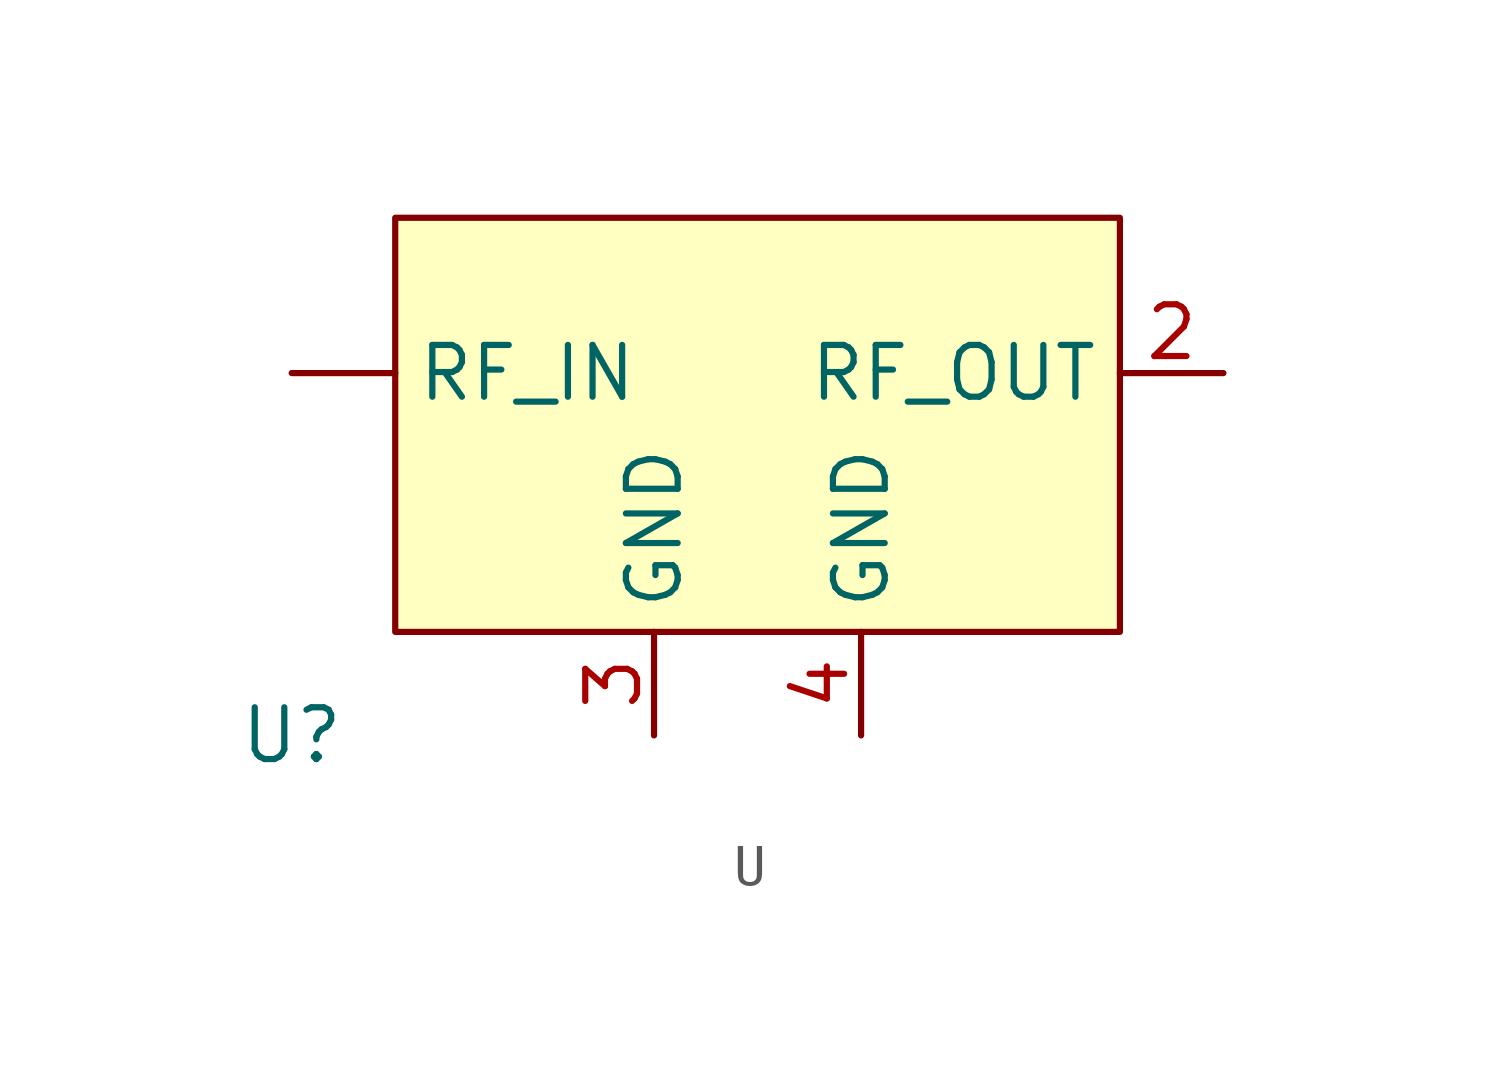
<source format=kicad_sym>
(kicad_symbol_lib
  (version 20220914)
  (generator kicad_symbol_editor)
  (symbol "U"
    (property "Reference" "U"
      (at -5.08 -2.54 0)
      (effects (font (size 1.27 1.27))))
    (property "Value" ""
      (at 0 0 0)
      (effects (font (size 1.27 1.27))))
    (symbol "U_0_1"
      (rectangle (start -2.54 10.16) (end 15.24 0) (stroke (width 0) (type default)) (fill (type background))))
    (symbol "U_1_1"
      (pin input line (at -5.08 6.35 0) (length 2.54) (name "RF_IN" (effects (font (size 1.27 1.27)))) (number "" (effects (font (size 1.27 1.27)))))
      (pin output line (at 17.78 6.35 180) (length 2.54) (name "RF_OUT" (effects (font (size 1.27 1.27)))) (number "2" (effects (font (size 1.27 1.27)))))
      (pin power_in line (at 3.81 -2.54 90) (length 2.54) (name "GND" (effects (font (size 1.27 1.27)))) (number "3" (effects (font (size 1.27 1.27)))))
      (pin power_in line (at 8.89 -2.54 90) (length 2.54) (name "GND" (effects (font (size 1.27 1.27)))) (number "4" (effects (font (size 1.27 1.27))))))))
</source>
